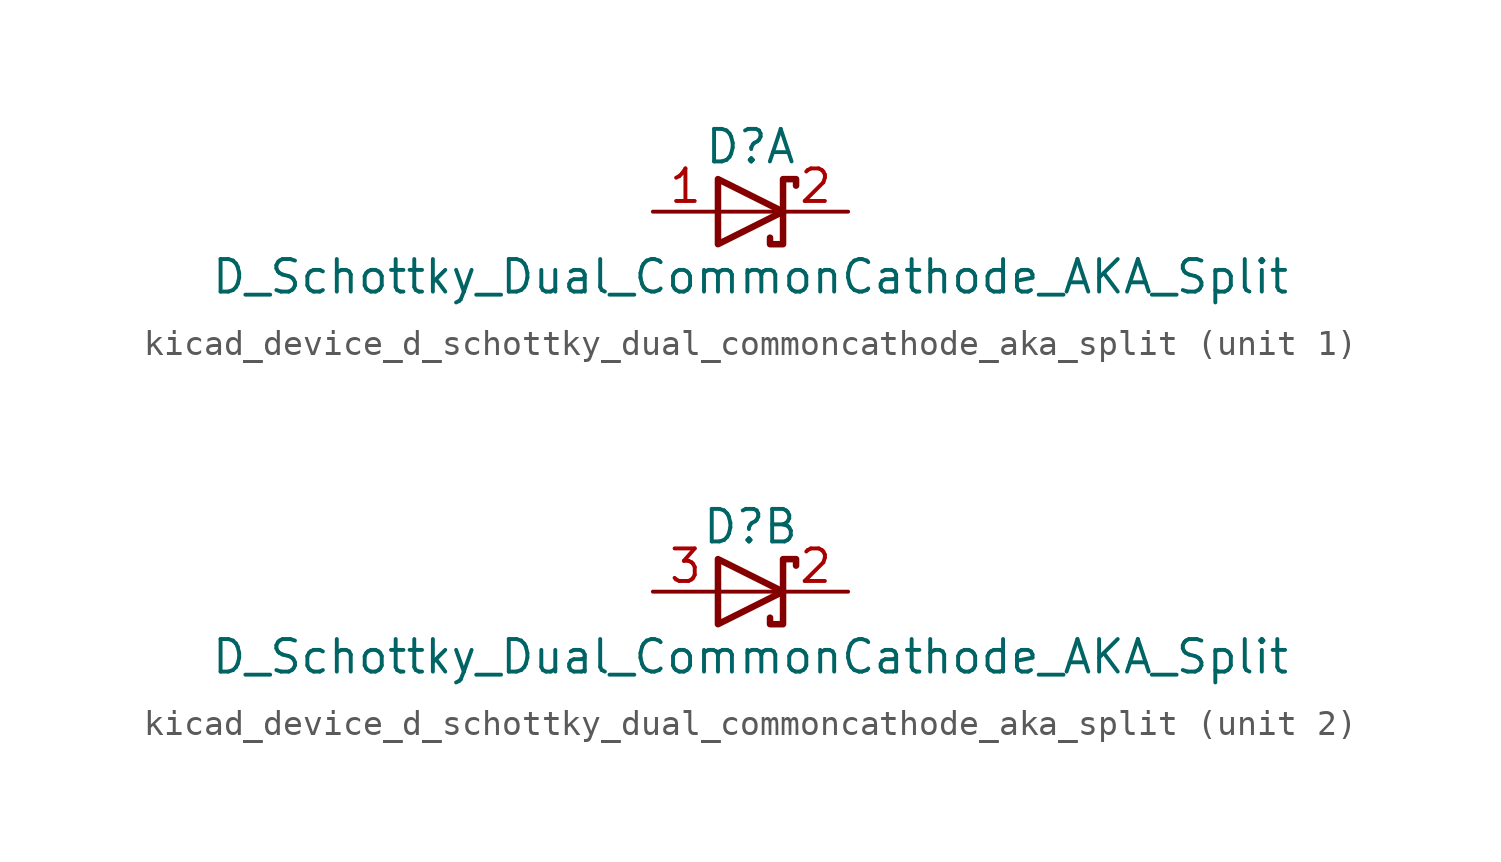
<source format=kicad_sym>
(kicad_symbol_lib
  (version 20220914)
  (generator kicad_symbol_editor)
  (symbol "kicad_device_d_schottky_dual_commoncathode_aka_split"
    (pin_names
      (offset 0.762) hide)
    (property "Reference" "D"
      (at 0 2.54 0)
      (effects (font (size 1.27 1.27))))
    (property "Value" "D_Schottky_Dual_CommonCathode_AKA_Split"
      (at 0 -2.54 0)
      (effects (font (size 1.27 1.27))))
    (property "ki_locked" ""
      (at 0 0 0)
      (effects (font (size 1.27 1.27))))
    (symbol "kicad_device_d_schottky_dual_commoncathode_aka_split_0_1"
      (polyline (pts (xy 1.27 0) (xy -1.27 0)) (stroke (width 0) (type default)) (fill (type none)))
      (polyline (pts (xy -1.27 1.27) (xy 1.27 0) (xy -1.27 -1.27) (xy -1.27 1.27) (xy -1.27 1.27) (xy -1.27 1.27)) (stroke (width 0.254) (type default)) (fill (type none)))
      (polyline (pts (xy 1.778 1.016) (xy 1.778 1.27) (xy 1.27 1.27) (xy 1.27 -1.27) (xy 0.762 -1.27) (xy 0.762 -1.016)) (stroke (width 0.254) (type default)) (fill (type none)))
      (pin passive line (at 3.81 0 180) (length 2.54) (name "K" (effects (font (size 1.27 1.27)))) (number "2" (effects (font (size 1.27 1.27))))))
    (symbol "kicad_device_d_schottky_dual_commoncathode_aka_split_1_1"
      (pin passive line (at -3.81 0 0) (length 2.54) (name "A" (effects (font (size 1.27 1.27)))) (number "1" (effects (font (size 1.27 1.27))))))
    (symbol "kicad_device_d_schottky_dual_commoncathode_aka_split_2_1"
      (pin passive line (at -3.81 0 0) (length 2.54) (name "K" (effects (font (size 1.27 1.27)))) (number "3" (effects (font (size 1.27 1.27))))))))
</source>
